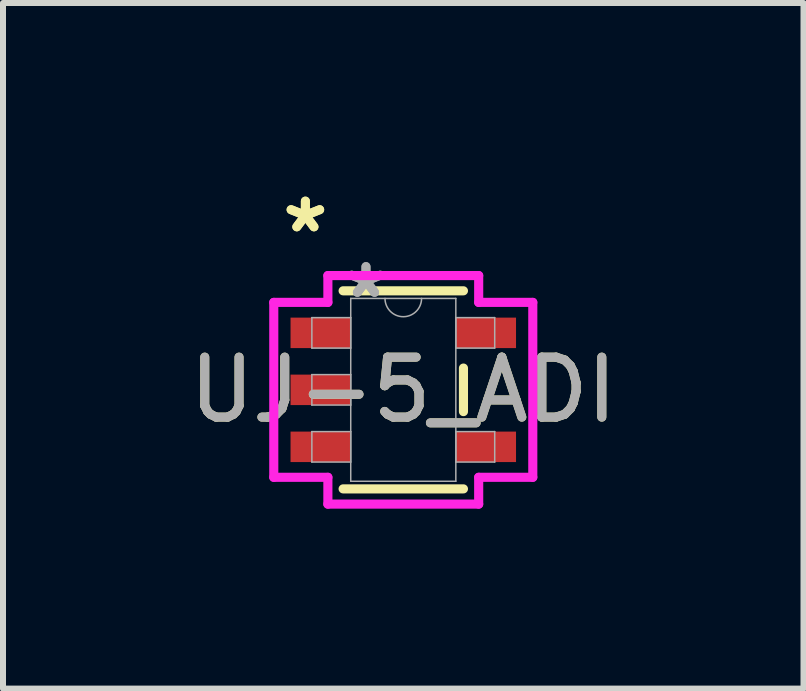
<source format=kicad_pcb>
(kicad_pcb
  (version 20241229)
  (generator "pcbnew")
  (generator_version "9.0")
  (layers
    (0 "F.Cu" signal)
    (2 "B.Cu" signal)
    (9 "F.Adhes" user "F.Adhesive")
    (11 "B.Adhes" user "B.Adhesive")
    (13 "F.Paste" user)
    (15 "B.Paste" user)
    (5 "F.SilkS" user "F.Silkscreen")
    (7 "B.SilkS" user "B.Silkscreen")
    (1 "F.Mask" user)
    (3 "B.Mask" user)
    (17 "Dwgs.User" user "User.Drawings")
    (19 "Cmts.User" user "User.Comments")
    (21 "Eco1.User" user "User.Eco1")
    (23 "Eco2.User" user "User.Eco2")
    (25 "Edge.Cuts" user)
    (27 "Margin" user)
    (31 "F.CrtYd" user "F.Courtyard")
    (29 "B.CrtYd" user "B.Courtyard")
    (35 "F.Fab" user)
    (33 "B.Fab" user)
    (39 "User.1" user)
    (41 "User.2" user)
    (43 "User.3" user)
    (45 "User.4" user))
  (footprint "UJ-5_ADI"
    (layer "F.Cu")
    (at 3.673 3.449)
    (property "Reference" "UJ-5_ADI" (at 0 0 0) (unlocked yes) (layer "F.SilkS") (effects (font (size 1 1) (thickness 0.15))))
    (attr smd)
    (fp_line (start -1.003 1.651) (end 1.003 1.651) (stroke (width 0.152) (type solid)) (layer "F.SilkS"))
    (fp_line (start 1.003 -1.651) (end -1.003 -1.651) (stroke (width 0.152) (type solid)) (layer "F.SilkS"))
    (fp_line (start 1.003 0.363) (end 1.003 -0.363) (stroke (width 0.152) (type solid)) (layer "F.SilkS"))
    (fp_line (start -2.159 -1.458) (end -1.257 -1.458) (stroke (width 0.152) (type solid)) (layer "F.CrtYd"))
    (fp_line (start -2.159 1.458) (end -2.159 -1.458) (stroke (width 0.152) (type solid)) (layer "F.CrtYd"))
    (fp_line (start -1.257 -1.905) (end 1.257 -1.905) (stroke (width 0.152) (type solid)) (layer "F.CrtYd"))
    (fp_line (start -1.257 -1.458) (end -1.257 -1.905) (stroke (width 0.152) (type solid)) (layer "F.CrtYd"))
    (fp_line (start -1.257 1.458) (end -2.159 1.458) (stroke (width 0.152) (type solid)) (layer "F.CrtYd"))
    (fp_line (start -1.257 1.905) (end -1.257 1.458) (stroke (width 0.152) (type solid)) (layer "F.CrtYd"))
    (fp_line (start 1.257 -1.905) (end 1.257 -1.458) (stroke (width 0.152) (type solid)) (layer "F.CrtYd"))
    (fp_line (start 1.257 -1.458) (end 2.159 -1.458) (stroke (width 0.152) (type solid)) (layer "F.CrtYd"))
    (fp_line (start 1.257 1.458) (end 1.257 1.905) (stroke (width 0.152) (type solid)) (layer "F.CrtYd"))
    (fp_line (start 1.257 1.905) (end -1.257 1.905) (stroke (width 0.152) (type solid)) (layer "F.CrtYd"))
    (fp_line (start 2.159 -1.458) (end 2.159 1.458) (stroke (width 0.152) (type solid)) (layer "F.CrtYd"))
    (fp_line (start 2.159 1.458) (end 1.257 1.458) (stroke (width 0.152) (type solid)) (layer "F.CrtYd"))
    (fp_line (start -1.524 -1.204) (end -1.524 -0.696) (stroke (width 0.025) (type solid)) (layer "F.Fab"))
    (fp_line (start -1.524 -0.696) (end -0.876 -0.696) (stroke (width 0.025) (type solid)) (layer "F.Fab"))
    (fp_line (start -1.524 -0.254) (end -1.524 0.254) (stroke (width 0.025) (type solid)) (layer "F.Fab"))
    (fp_line (start -1.524 0.254) (end -0.876 0.254) (stroke (width 0.025) (type solid)) (layer "F.Fab"))
    (fp_line (start -1.524 0.696) (end -1.524 1.204) (stroke (width 0.025) (type solid)) (layer "F.Fab"))
    (fp_line (start -1.524 1.204) (end -0.876 1.204) (stroke (width 0.025) (type solid)) (layer "F.Fab"))
    (fp_line (start -0.876 -1.524) (end -0.876 1.524) (stroke (width 0.025) (type solid)) (layer "F.Fab"))
    (fp_line (start -0.876 -1.204) (end -1.524 -1.204) (stroke (width 0.025) (type solid)) (layer "F.Fab"))
    (fp_line (start -0.876 -0.696) (end -0.876 -1.204) (stroke (width 0.025) (type solid)) (layer "F.Fab"))
    (fp_line (start -0.876 -0.254) (end -1.524 -0.254) (stroke (width 0.025) (type solid)) (layer "F.Fab"))
    (fp_line (start -0.876 0.254) (end -0.876 -0.254) (stroke (width 0.025) (type solid)) (layer "F.Fab"))
    (fp_line (start -0.876 0.696) (end -1.524 0.696) (stroke (width 0.025) (type solid)) (layer "F.Fab"))
    (fp_line (start -0.876 1.204) (end -0.876 0.696) (stroke (width 0.025) (type solid)) (layer "F.Fab"))
    (fp_line (start -0.876 1.524) (end 0.876 1.524) (stroke (width 0.025) (type solid)) (layer "F.Fab"))
    (fp_line (start 0.876 -1.524) (end -0.876 -1.524) (stroke (width 0.025) (type solid)) (layer "F.Fab"))
    (fp_line (start 0.876 -1.204) (end 0.876 -0.696) (stroke (width 0.025) (type solid)) (layer "F.Fab"))
    (fp_line (start 0.876 -0.696) (end 1.524 -0.696) (stroke (width 0.025) (type solid)) (layer "F.Fab"))
    (fp_line (start 0.876 0.696) (end 0.876 1.204) (stroke (width 0.025) (type solid)) (layer "F.Fab"))
    (fp_line (start 0.876 1.204) (end 1.524 1.204) (stroke (width 0.025) (type solid)) (layer "F.Fab"))
    (fp_line (start 0.876 1.524) (end 0.876 -1.524) (stroke (width 0.025) (type solid)) (layer "F.Fab"))
    (fp_line (start 1.524 -1.204) (end 0.876 -1.204) (stroke (width 0.025) (type solid)) (layer "F.Fab"))
    (fp_line (start 1.524 -0.696) (end 1.524 -1.204) (stroke (width 0.025) (type solid)) (layer "F.Fab"))
    (fp_line (start 1.524 0.696) (end 0.876 0.696) (stroke (width 0.025) (type solid)) (layer "F.Fab"))
    (fp_line (start 1.524 1.204) (end 1.524 0.696) (stroke (width 0.025) (type solid)) (layer "F.Fab"))
    (fp_arc (start 0.3048 -1.524) (mid 0 -1.2192) (end -0.3048 -1.524) (stroke (width 0.0254) (type solid)) (layer "F.Fab"))
    (fp_text user "*" (at -1.632 -2.601 0) (layer "F.SilkS") (effects (font (size 1 1) (thickness 0.15))))
    (fp_text user "*" (at -1.632 -2.601 0) (unlocked yes) (layer "F.SilkS") (effects (font (size 1 1) (thickness 0.15))))
    (fp_text user "${REFERENCE}" (at 0 0 0) (unlocked yes) (layer "F.Fab") (effects (font (size 1 1) (thickness 0.15))))
    (fp_text user "*" (at -0.622 -1.509 0) (layer "F.Fab") (effects (font (size 1 1) (thickness 0.15))))
    (fp_text user "*" (at -0.622 -1.509 0) (unlocked yes) (layer "F.Fab") (effects (font (size 1 1) (thickness 0.15))))
    (pad "1" smd rect (at -1.378 -0.95) (size 1.003 0.508) (layers "F.Cu" "F.Mask" "F.Paste"))
    (pad "2" smd rect (at -1.378 0) (size 1.003 0.508) (layers "F.Cu" "F.Mask" "F.Paste"))
    (pad "3" smd rect (at -1.378 0.95) (size 1.003 0.508) (layers "F.Cu" "F.Mask" "F.Paste"))
    (pad "4" smd rect (at 1.378 0.95) (size 1.003 0.508) (layers "F.Cu" "F.Mask" "F.Paste"))
    (pad "5" smd rect (at 1.378 -0.95) (size 1.003 0.508) (layers "F.Cu" "F.Mask" "F.Paste")))
  (gr_rect
    (start -3 -3)
    (end 10.345 8.43)
    (stroke (width 0.1) (type default))
    (fill no)
    (layer "Edge.Cuts")))
</source>
